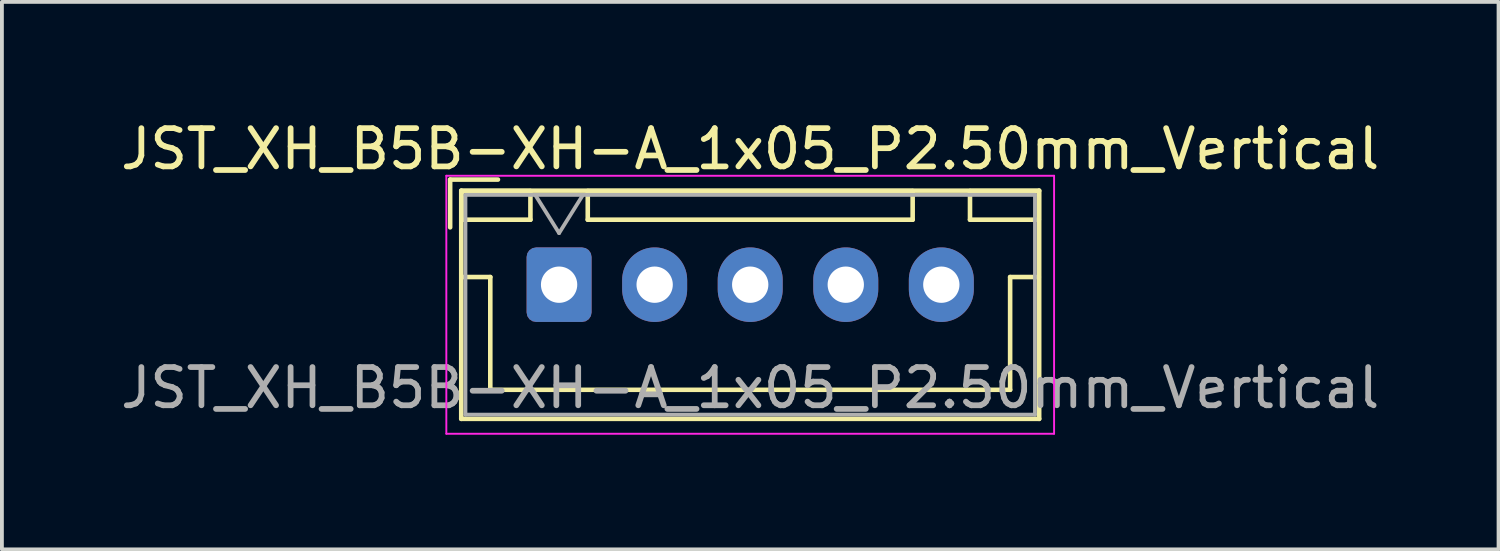
<source format=kicad_pcb>
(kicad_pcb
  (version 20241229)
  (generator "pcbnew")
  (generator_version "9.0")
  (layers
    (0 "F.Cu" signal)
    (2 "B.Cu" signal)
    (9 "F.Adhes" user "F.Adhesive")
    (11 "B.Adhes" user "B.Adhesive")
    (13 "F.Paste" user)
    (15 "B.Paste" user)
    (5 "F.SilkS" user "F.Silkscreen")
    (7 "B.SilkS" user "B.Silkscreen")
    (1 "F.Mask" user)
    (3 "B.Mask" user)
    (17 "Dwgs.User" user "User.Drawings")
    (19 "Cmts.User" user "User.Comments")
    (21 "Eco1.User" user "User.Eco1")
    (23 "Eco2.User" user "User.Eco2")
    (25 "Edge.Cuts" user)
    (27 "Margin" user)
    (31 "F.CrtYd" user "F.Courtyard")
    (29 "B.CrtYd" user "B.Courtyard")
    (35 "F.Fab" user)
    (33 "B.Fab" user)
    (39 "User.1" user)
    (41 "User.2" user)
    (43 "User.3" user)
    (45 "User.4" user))
  (footprint "JST_XH_B5B-XH-A_1x05_P2.50mm_Vertical"
    (layer "F.Cu")
    (at 11.577 4.398)
    (property "Reference" "JST_XH_B5B-XH-A_1x05_P2.50mm_Vertical" (at 5 -3.55 0) (layer "F.SilkS") (effects (font (size 1 1) (thickness 0.15))))
    (attr through_hole)
    (fp_line (start -2.85 -2.75) (end -2.85 -1.5) (stroke (width 0.12) (type solid)) (layer "F.SilkS"))
    (fp_line (start -2.56 -2.46) (end -2.56 3.51) (stroke (width 0.12) (type solid)) (layer "F.SilkS"))
    (fp_line (start -2.56 3.51) (end 12.56 3.51) (stroke (width 0.12) (type solid)) (layer "F.SilkS"))
    (fp_line (start -2.55 -2.45) (end -2.55 -1.7) (stroke (width 0.12) (type solid)) (layer "F.SilkS"))
    (fp_line (start -2.55 -1.7) (end -0.75 -1.7) (stroke (width 0.12) (type solid)) (layer "F.SilkS"))
    (fp_line (start -2.55 -0.2) (end -1.8 -0.2) (stroke (width 0.12) (type solid)) (layer "F.SilkS"))
    (fp_line (start -1.8 -0.2) (end -1.8 2.75) (stroke (width 0.12) (type solid)) (layer "F.SilkS"))
    (fp_line (start -1.8 2.75) (end 5 2.75) (stroke (width 0.12) (type solid)) (layer "F.SilkS"))
    (fp_line (start -1.6 -2.75) (end -2.85 -2.75) (stroke (width 0.12) (type solid)) (layer "F.SilkS"))
    (fp_line (start -0.75 -2.45) (end -2.55 -2.45) (stroke (width 0.12) (type solid)) (layer "F.SilkS"))
    (fp_line (start -0.75 -1.7) (end -0.75 -2.45) (stroke (width 0.12) (type solid)) (layer "F.SilkS"))
    (fp_line (start 0.75 -2.45) (end 0.75 -1.7) (stroke (width 0.12) (type solid)) (layer "F.SilkS"))
    (fp_line (start 0.75 -1.7) (end 9.25 -1.7) (stroke (width 0.12) (type solid)) (layer "F.SilkS"))
    (fp_line (start 9.25 -2.45) (end 0.75 -2.45) (stroke (width 0.12) (type solid)) (layer "F.SilkS"))
    (fp_line (start 9.25 -1.7) (end 9.25 -2.45) (stroke (width 0.12) (type solid)) (layer "F.SilkS"))
    (fp_line (start 10.75 -2.45) (end 10.75 -1.7) (stroke (width 0.12) (type solid)) (layer "F.SilkS"))
    (fp_line (start 10.75 -1.7) (end 12.55 -1.7) (stroke (width 0.12) (type solid)) (layer "F.SilkS"))
    (fp_line (start 11.8 -0.2) (end 11.8 2.75) (stroke (width 0.12) (type solid)) (layer "F.SilkS"))
    (fp_line (start 11.8 2.75) (end 5 2.75) (stroke (width 0.12) (type solid)) (layer "F.SilkS"))
    (fp_line (start 12.55 -2.45) (end 10.75 -2.45) (stroke (width 0.12) (type solid)) (layer "F.SilkS"))
    (fp_line (start 12.55 -1.7) (end 12.55 -2.45) (stroke (width 0.12) (type solid)) (layer "F.SilkS"))
    (fp_line (start 12.55 -0.2) (end 11.8 -0.2) (stroke (width 0.12) (type solid)) (layer "F.SilkS"))
    (fp_line (start 12.56 -2.46) (end -2.56 -2.46) (stroke (width 0.12) (type solid)) (layer "F.SilkS"))
    (fp_line (start 12.56 3.51) (end 12.56 -2.46) (stroke (width 0.12) (type solid)) (layer "F.SilkS"))
    (fp_line (start -2.95 -2.85) (end -2.95 3.9) (stroke (width 0.05) (type solid)) (layer "F.CrtYd"))
    (fp_line (start -2.95 3.9) (end 12.95 3.9) (stroke (width 0.05) (type solid)) (layer "F.CrtYd"))
    (fp_line (start 12.95 -2.85) (end -2.95 -2.85) (stroke (width 0.05) (type solid)) (layer "F.CrtYd"))
    (fp_line (start 12.95 3.9) (end 12.95 -2.85) (stroke (width 0.05) (type solid)) (layer "F.CrtYd"))
    (fp_line (start -2.45 -2.35) (end -2.45 3.4) (stroke (width 0.1) (type solid)) (layer "F.Fab"))
    (fp_line (start -2.45 3.4) (end 12.45 3.4) (stroke (width 0.1) (type solid)) (layer "F.Fab"))
    (fp_line (start -0.625 -2.35) (end 0 -1.35) (stroke (width 0.1) (type solid)) (layer "F.Fab"))
    (fp_line (start 0 -1.35) (end 0.625 -2.35) (stroke (width 0.1) (type solid)) (layer "F.Fab"))
    (fp_line (start 12.45 -2.35) (end -2.45 -2.35) (stroke (width 0.1) (type solid)) (layer "F.Fab"))
    (fp_line (start 12.45 3.4) (end 12.45 -2.35) (stroke (width 0.1) (type solid)) (layer "F.Fab"))
    (fp_text user "${REFERENCE}" (at 5 2.7 0) (layer "F.Fab") (effects (font (size 1 1) (thickness 0.15))))
    (pad "1" thru_hole oval (at 10 0) (size 1.7 1.95) (drill 0.95) (layers "*.Cu" "*.Mask"))
    (pad "2" thru_hole oval (at 7.5 0) (size 1.7 1.95) (drill 0.95) (layers "*.Cu" "*.Mask"))
    (pad "3" thru_hole oval (at 2.5 0) (size 1.7 1.95) (drill 0.95) (layers "*.Cu" "*.Mask"))
    (pad "4" thru_hole oval (at 5 0) (size 1.7 1.95) (drill 0.95) (layers "*.Cu" "*.Mask"))
    (pad "5" thru_hole roundrect (at 0 0) (size 1.7 1.95) (drill 0.95) (layers "*.Cu" "*.Mask") (roundrect_rratio 0.147)))
  (gr_rect
    (start -3 -3)
    (end 36.155 11.323)
    (stroke (width 0.1) (type default))
    (fill no)
    (layer "Edge.Cuts")))
</source>
